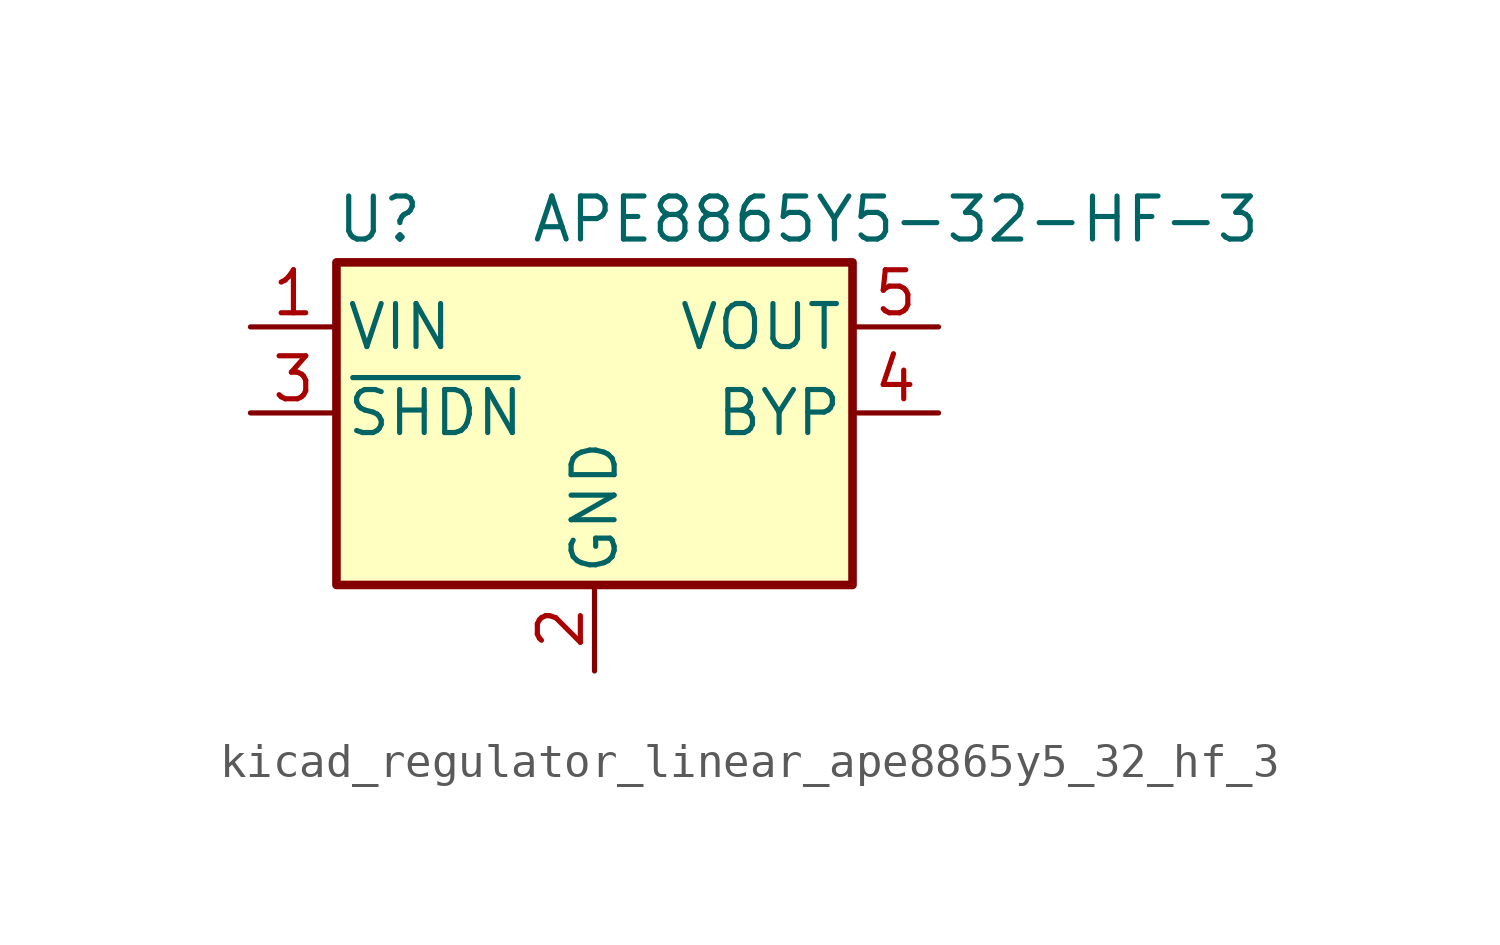
<source format=kicad_sym>
(kicad_symbol_lib
  (version 20220914)
  (generator kicad_symbol_editor)
  (symbol "kicad_regulator_linear_ape8865y5_32_hf_3"
    (pin_names
      (offset 0.254))
    (property "Reference" "U"
      (at -6.35 5.715 0)
      (effects (font (size 1.27 1.27))))
    (property "Value" "APE8865Y5-32-HF-3"
      (at -1.905 5.715 0)
      (effects (font (size 1.27 1.27)) (justify left)))
    (symbol "kicad_regulator_linear_ape8865y5_32_hf_3_0_1"
      (rectangle (start -7.62 4.445) (end 7.62 -5.08) (stroke (width 0.254) (type default)) (fill (type background))))
    (symbol "kicad_regulator_linear_ape8865y5_32_hf_3_1_1"
      (pin power_in line (at -10.16 2.54 0) (length 2.54) (name "VIN" (effects (font (size 1.27 1.27)))) (number "1" (effects (font (size 1.27 1.27)))))
      (pin power_in line (at 0 -7.62 90) (length 2.54) (name "GND" (effects (font (size 1.27 1.27)))) (number "2" (effects (font (size 1.27 1.27)))))
      (pin input line (at -10.16 0 0) (length 2.54) (name "~{SHDN}" (effects (font (size 1.27 1.27)))) (number "3" (effects (font (size 1.27 1.27)))))
      (pin input line (at 10.16 0 180) (length 2.54) (name "BYP" (effects (font (size 1.27 1.27)))) (number "4" (effects (font (size 1.27 1.27)))))
      (pin power_out line (at 10.16 2.54 180) (length 2.54) (name "VOUT" (effects (font (size 1.27 1.27)))) (number "5" (effects (font (size 1.27 1.27))))))))
</source>
